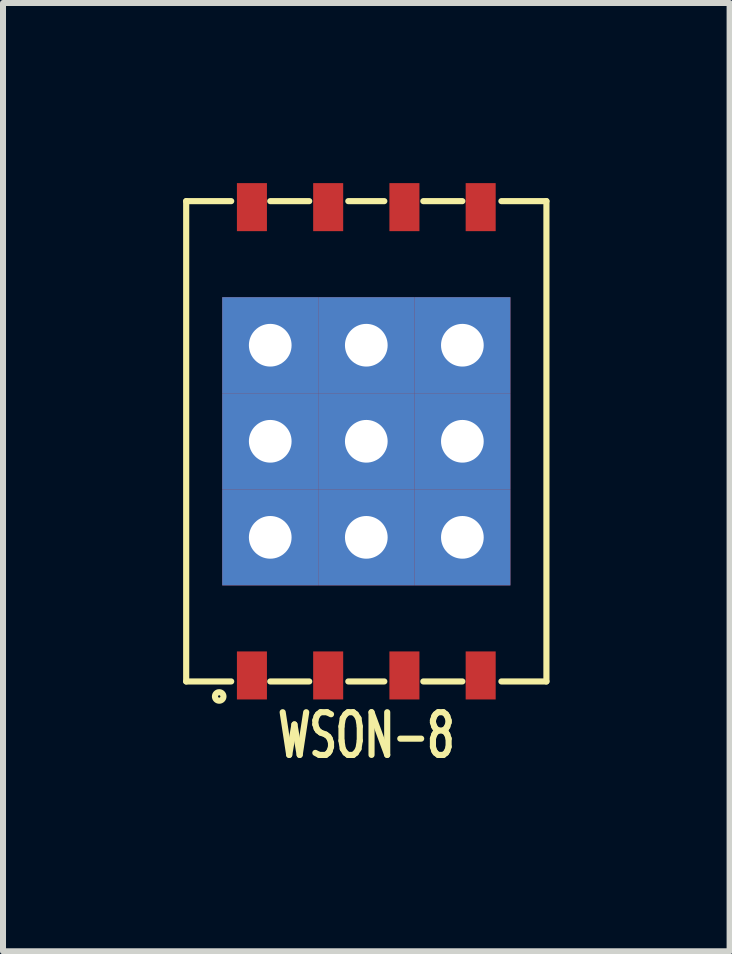
<source format=kicad_pcb>
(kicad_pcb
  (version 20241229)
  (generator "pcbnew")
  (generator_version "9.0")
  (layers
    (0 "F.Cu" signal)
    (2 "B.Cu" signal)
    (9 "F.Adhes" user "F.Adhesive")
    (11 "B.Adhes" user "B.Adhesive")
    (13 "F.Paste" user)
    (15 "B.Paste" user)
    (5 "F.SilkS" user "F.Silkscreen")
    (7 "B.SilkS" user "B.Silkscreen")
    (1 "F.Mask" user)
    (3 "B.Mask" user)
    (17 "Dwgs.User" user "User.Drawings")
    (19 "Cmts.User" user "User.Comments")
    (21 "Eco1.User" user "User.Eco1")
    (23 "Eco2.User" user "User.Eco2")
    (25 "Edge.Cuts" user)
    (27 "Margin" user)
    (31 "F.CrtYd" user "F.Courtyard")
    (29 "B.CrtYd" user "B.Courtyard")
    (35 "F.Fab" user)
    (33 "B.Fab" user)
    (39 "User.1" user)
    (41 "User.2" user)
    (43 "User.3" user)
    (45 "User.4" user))
  (footprint "WSON-8"
    (layer "F.Cu")
    (at 3.051 4.3)
    (property "Reference" "WSON-8" (at 0 4.9 0) (layer "F.SilkS") (effects (font (size 0.711 0.457) (thickness 0.102))))
    (attr through_hole)
    (fp_line (start -3 -4) (end -3 4) (stroke (width 0.102) (type solid)) (layer "F.SilkS"))
    (fp_line (start -3 -4) (end -2.25 -4) (stroke (width 0.102) (type solid)) (layer "F.SilkS"))
    (fp_line (start -3 4) (end -2.25 4) (stroke (width 0.102) (type solid)) (layer "F.SilkS"))
    (fp_line (start -1.6 -4) (end -0.95 -4) (stroke (width 0.102) (type solid)) (layer "F.SilkS"))
    (fp_line (start -0.95 4) (end -1.6 4) (stroke (width 0.102) (type solid)) (layer "F.SilkS"))
    (fp_line (start -0.3 -4) (end 0.3 -4) (stroke (width 0.102) (type solid)) (layer "F.SilkS"))
    (fp_line (start 0.3 4) (end -0.3 4) (stroke (width 0.102) (type solid)) (layer "F.SilkS"))
    (fp_line (start 0.95 -4) (end 1.6 -4) (stroke (width 0.102) (type solid)) (layer "F.SilkS"))
    (fp_line (start 1.6 4) (end 0.95 4) (stroke (width 0.102) (type solid)) (layer "F.SilkS"))
    (fp_line (start 3 -4) (end 2.25 -4) (stroke (width 0.102) (type solid)) (layer "F.SilkS"))
    (fp_line (start 3 -4) (end 3 4) (stroke (width 0.102) (type solid)) (layer "F.SilkS"))
    (fp_line (start 3 4) (end 2.25 4) (stroke (width 0.102) (type solid)) (layer "F.SilkS"))
    (fp_circle (center -2.45 4.25) (end -2.4 4.2) (stroke (width 0.102) (type solid)) (fill no) (layer "F.SilkS"))
    (pad "1" smd rect (at -1.905 3.9) (size 0.5 0.8) (layers "F.Cu" "F.Mask" "F.Paste"))
    (pad "2" smd rect (at -0.635 3.9) (size 0.5 0.8) (layers "F.Cu" "F.Mask" "F.Paste"))
    (pad "3" smd rect (at 0.635 3.9) (size 0.5 0.8) (layers "F.Cu" "F.Mask" "F.Paste"))
    (pad "4" smd rect (at 1.905 3.9) (size 0.5 0.8) (layers "F.Cu" "F.Mask" "F.Paste"))
    (pad "5" smd rect (at 1.905 -3.9) (size 0.5 0.8) (layers "F.Cu" "F.Mask" "F.Paste"))
    (pad "6" smd rect (at 0.635 -3.9) (size 0.5 0.8) (layers "F.Cu" "F.Mask" "F.Paste"))
    (pad "7" smd rect (at -0.635 -3.9) (size 0.5 0.8) (layers "F.Cu" "F.Mask" "F.Paste"))
    (pad "8" smd rect (at -1.905 -3.9) (size 0.5 0.8) (layers "F.Cu" "F.Mask" "F.Paste"))
    (pad "9" thru_hole rect (at -1.6 -1.6) (size 1.6 1.6) (drill 0.711) (layers "*.Cu" "*.Mask" "F.Paste"))
    (pad "9" thru_hole rect (at -1.6 0) (size 1.6 1.6) (drill 0.711) (layers "*.Cu" "*.Mask" "F.Paste"))
    (pad "9" thru_hole rect (at -1.6 1.6) (size 1.6 1.6) (drill 0.711) (layers "*.Cu" "*.Mask" "F.Paste"))
    (pad "9" thru_hole rect (at 0 -1.6) (size 1.6 1.6) (drill 0.711) (layers "*.Cu" "*.Mask" "F.Paste"))
    (pad "9" thru_hole rect (at 0 0) (size 1.6 1.6) (drill 0.711) (layers "*.Cu" "*.Mask" "F.Paste"))
    (pad "9" thru_hole rect (at 0 1.6) (size 1.6 1.6) (drill 0.711) (layers "*.Cu" "*.Mask" "F.Paste"))
    (pad "9" thru_hole rect (at 1.6 -1.6) (size 1.6 1.6) (drill 0.711) (layers "*.Cu" "*.Mask" "F.Paste"))
    (pad "9" thru_hole rect (at 1.6 0) (size 1.6 1.6) (drill 0.711) (layers "*.Cu" "*.Mask" "F.Paste"))
    (pad "9" thru_hole rect (at 1.6 1.6) (size 1.6 1.6) (drill 0.711) (layers "*.Cu" "*.Mask" "F.Paste")))
  (gr_rect
    (start -3 -3)
    (end 9.102 12.794)
    (stroke (width 0.1) (type default))
    (fill no)
    (layer "Edge.Cuts")))
</source>
